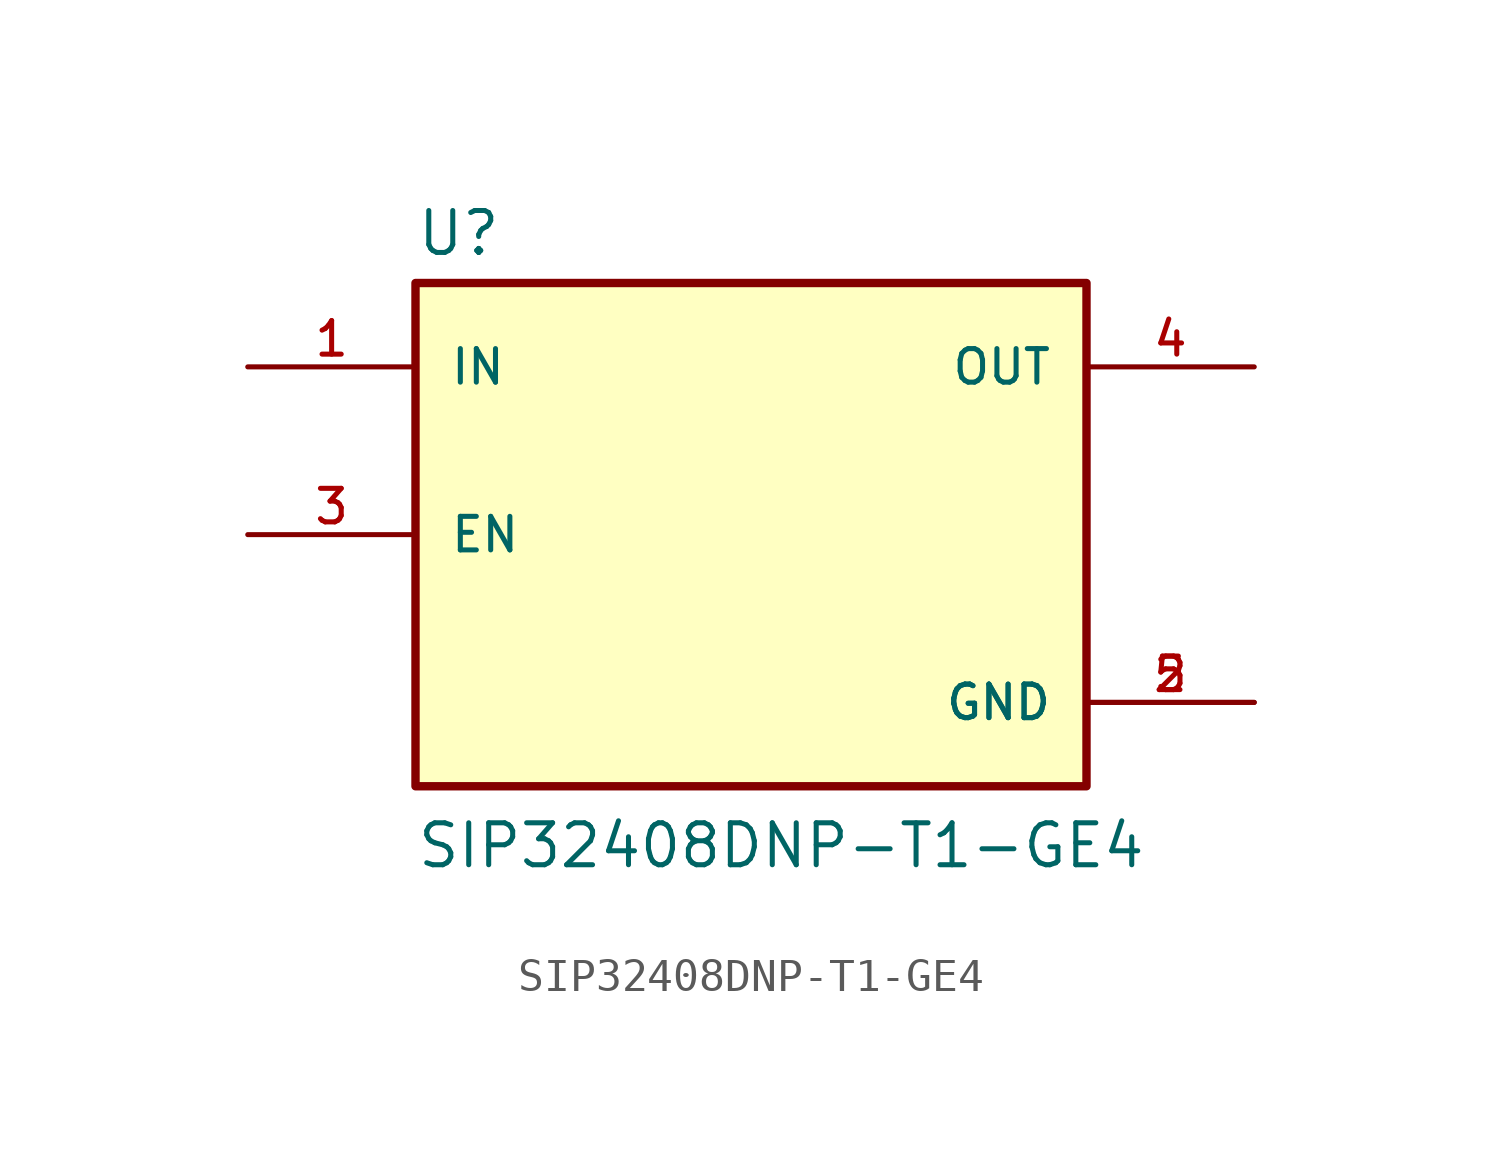
<source format=kicad_sym>
(kicad_symbol_lib
  (version 20211014)
  (generator kicad_symbol_editor)
  (symbol "SIP32408DNP-T1-GE4"
    (pin_names
      (offset 1.016))
    (property "Reference" "U"
      (at -10.16 8.382 0)
      (effects (font (size 1.27 1.27)) (justify bottom left)))
    (property "Value" "SIP32408DNP-T1-GE4"
      (at -10.16 -10.16 0)
      (effects (font (size 1.27 1.27)) (justify bottom left)))
    (symbol "SIP32408DNP-T1-GE4_0_0"
      (rectangle (start -10.16 -7.62) (end 10.16 7.62) (stroke (width 0.254)) (fill (type background)))
      (pin input line (at -15.24 5.08 0) (length 5.08) (name "IN" (effects (font (size 1.016 1.016)))) (number "1" (effects (font (size 1.016 1.016)))))
      (pin output line (at 15.24 5.08 180.0) (length 5.08) (name "OUT" (effects (font (size 1.016 1.016)))) (number "4" (effects (font (size 1.016 1.016)))))
      (pin power_in line (at 15.24 -5.08 180.0) (length 5.08) (name "GND" (effects (font (size 1.016 1.016)))) (number "2" (effects (font (size 1.016 1.016)))))
      (pin power_in line (at 15.24 -5.08 180.0) (length 5.08) (name "GND" (effects (font (size 1.016 1.016)))) (number "5" (effects (font (size 1.016 1.016)))))
      (pin input line (at -15.24 0.0 0) (length 5.08) (name "EN" (effects (font (size 1.016 1.016)))) (number "3" (effects (font (size 1.016 1.016))))))))
</source>
